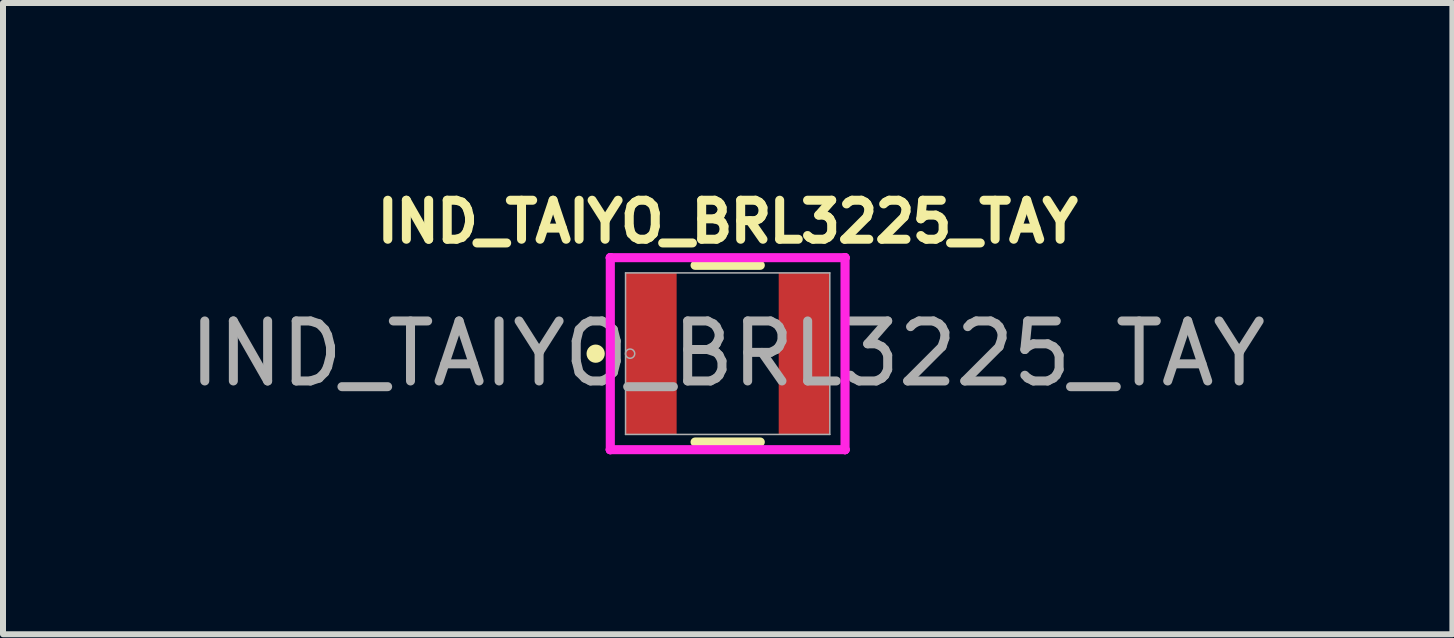
<source format=kicad_pcb>
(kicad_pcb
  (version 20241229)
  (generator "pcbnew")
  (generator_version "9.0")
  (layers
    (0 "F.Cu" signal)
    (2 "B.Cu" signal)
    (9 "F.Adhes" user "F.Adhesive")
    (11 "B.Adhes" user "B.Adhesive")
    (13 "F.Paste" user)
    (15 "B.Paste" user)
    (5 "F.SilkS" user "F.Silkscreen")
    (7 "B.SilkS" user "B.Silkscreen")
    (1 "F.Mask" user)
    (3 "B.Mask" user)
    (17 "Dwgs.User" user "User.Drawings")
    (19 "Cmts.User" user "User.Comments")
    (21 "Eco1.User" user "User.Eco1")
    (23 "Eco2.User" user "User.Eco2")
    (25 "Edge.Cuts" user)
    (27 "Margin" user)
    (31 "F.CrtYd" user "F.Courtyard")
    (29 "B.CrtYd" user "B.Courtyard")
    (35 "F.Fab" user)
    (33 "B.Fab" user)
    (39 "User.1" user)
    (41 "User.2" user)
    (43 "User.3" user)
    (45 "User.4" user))
  (footprint "IND_TAIYO_BRL3225_TAY"
    (layer "F.Cu")
    (at 9.077 2.844)
    (property "Reference" "IND_TAIYO_BRL3225_TAY" (at 0 -2.2 0) (unlocked yes) (layer "F.SilkS") (effects (font (size 0.65 0.65) (thickness 0.15))))
    (attr smd)
    (fp_line (start -0.543 1.473) (end 0.543 1.473) (stroke (width 0.152) (type solid)) (layer "F.SilkS"))
    (fp_line (start 0.543 -1.473) (end -0.543 -1.473) (stroke (width 0.152) (type solid)) (layer "F.SilkS"))
    (fp_circle (center -2.2 0) (end -2.124 0) (stroke (width 0.152) (type solid)) (fill no) (layer "F.SilkS"))
    (fp_line (start -1.956 -1.6) (end -1.956 -1.6) (stroke (width 0.152) (type solid)) (layer "F.CrtYd"))
    (fp_line (start -1.956 -1.6) (end -1.956 -1.6) (stroke (width 0.152) (type solid)) (layer "F.CrtYd"))
    (fp_line (start -1.956 -1.6) (end 1.956 -1.6) (stroke (width 0.152) (type solid)) (layer "F.CrtYd"))
    (fp_line (start -1.956 1.6) (end -1.956 -1.6) (stroke (width 0.152) (type solid)) (layer "F.CrtYd"))
    (fp_line (start -1.956 1.6) (end -1.956 1.6) (stroke (width 0.152) (type solid)) (layer "F.CrtYd"))
    (fp_line (start -1.956 1.6) (end -1.956 1.6) (stroke (width 0.152) (type solid)) (layer "F.CrtYd"))
    (fp_line (start 1.956 -1.6) (end 1.956 -1.6) (stroke (width 0.152) (type solid)) (layer "F.CrtYd"))
    (fp_line (start 1.956 -1.6) (end 1.956 -1.6) (stroke (width 0.152) (type solid)) (layer "F.CrtYd"))
    (fp_line (start 1.956 -1.6) (end 1.956 1.6) (stroke (width 0.152) (type solid)) (layer "F.CrtYd"))
    (fp_line (start 1.956 1.6) (end -1.956 1.6) (stroke (width 0.152) (type solid)) (layer "F.CrtYd"))
    (fp_line (start 1.956 1.6) (end 1.956 1.6) (stroke (width 0.152) (type solid)) (layer "F.CrtYd"))
    (fp_line (start 1.956 1.6) (end 1.956 1.6) (stroke (width 0.152) (type solid)) (layer "F.CrtYd"))
    (fp_line (start -1.702 -1.346) (end -1.702 1.346) (stroke (width 0.025) (type solid)) (layer "F.Fab"))
    (fp_line (start -1.702 1.346) (end 1.702 1.346) (stroke (width 0.025) (type solid)) (layer "F.Fab"))
    (fp_line (start 1.702 -1.346) (end -1.702 -1.346) (stroke (width 0.025) (type solid)) (layer "F.Fab"))
    (fp_line (start 1.702 1.346) (end 1.702 -1.346) (stroke (width 0.025) (type solid)) (layer "F.Fab"))
    (fp_circle (center -1.626 0) (end -1.549 0) (stroke (width 0.025) (type solid)) (fill no) (layer "F.Fab"))
    (fp_text user "${REFERENCE}" (at 0 0 0) (unlocked yes) (layer "F.Fab") (effects (font (size 1 1) (thickness 0.15))))
    (pad "1" smd rect (at -1.276 0) (size 0.851 2.692) (layers "F.Cu" "F.Mask" "F.Paste"))
    (pad "2" smd rect (at 1.276 0) (size 0.851 2.692) (layers "F.Cu" "F.Mask" "F.Paste"))
    (zone (net_name "") (layer "F.Cu") (hatch full 0.508) (connect_pads) (min_thickness 0.254) (filled_areas_thickness no) (keepout (tracks not_allowed) (vias not_allowed) (pads allowed) (copperpour not_allowed) (footprints allowed)) (placement (enabled no)) (fill) (polygon (pts (xy 8.277 1.548) (xy 9.877 1.548) (xy 9.877 4.139) (xy 8.277 4.139)))))
  (gr_rect
    (start -3 -3)
    (end 21.155 7.52)
    (stroke (width 0.1) (type default))
    (fill no)
    (layer "Edge.Cuts")))
</source>
